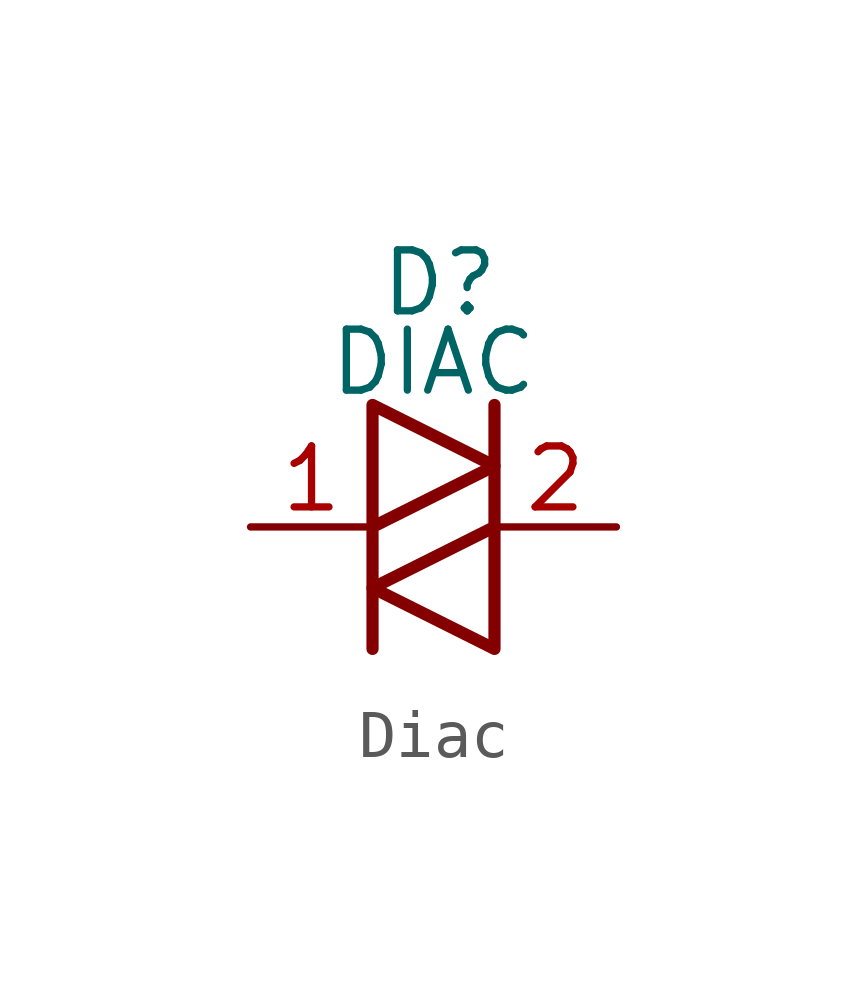
<source format=kicad_sym>
(kicad_symbol_lib
  (version 20220914)
  (generator kicad_symbol_editor)
  (symbol "Diac"
    (property "Reference" "D"
      (at 0.127 5.08 0)
      (effects (font (size 1.27 1.27))))
    (property "Value" "DIAC"
      (at 0 3.429 0)
      (effects (font (size 1.27 1.27))))
    (symbol "Diac_0_1"
      (polyline (pts (xy -1.27 -2.54) (xy -1.27 2.54) (xy 1.27 1.27) (xy -1.27 0)) (stroke (width 0.254) (type default)) (fill (type none)))
      (polyline (pts (xy 1.27 2.54) (xy 1.27 -2.54) (xy -1.27 -1.27) (xy 1.27 0)) (stroke (width 0.254) (type default)) (fill (type none))))
    (symbol "Diac_1_1"
      (pin passive line (at -3.81 0 0) (length 2.54) (name "" (effects (font (size 1.27 1.27)))) (number "1" (effects (font (size 1.27 1.27)))))
      (pin passive line (at 3.81 0 180) (length 2.54) (name "" (effects (font (size 1.27 1.27)))) (number "2" (effects (font (size 1.27 1.27))))))))
</source>
